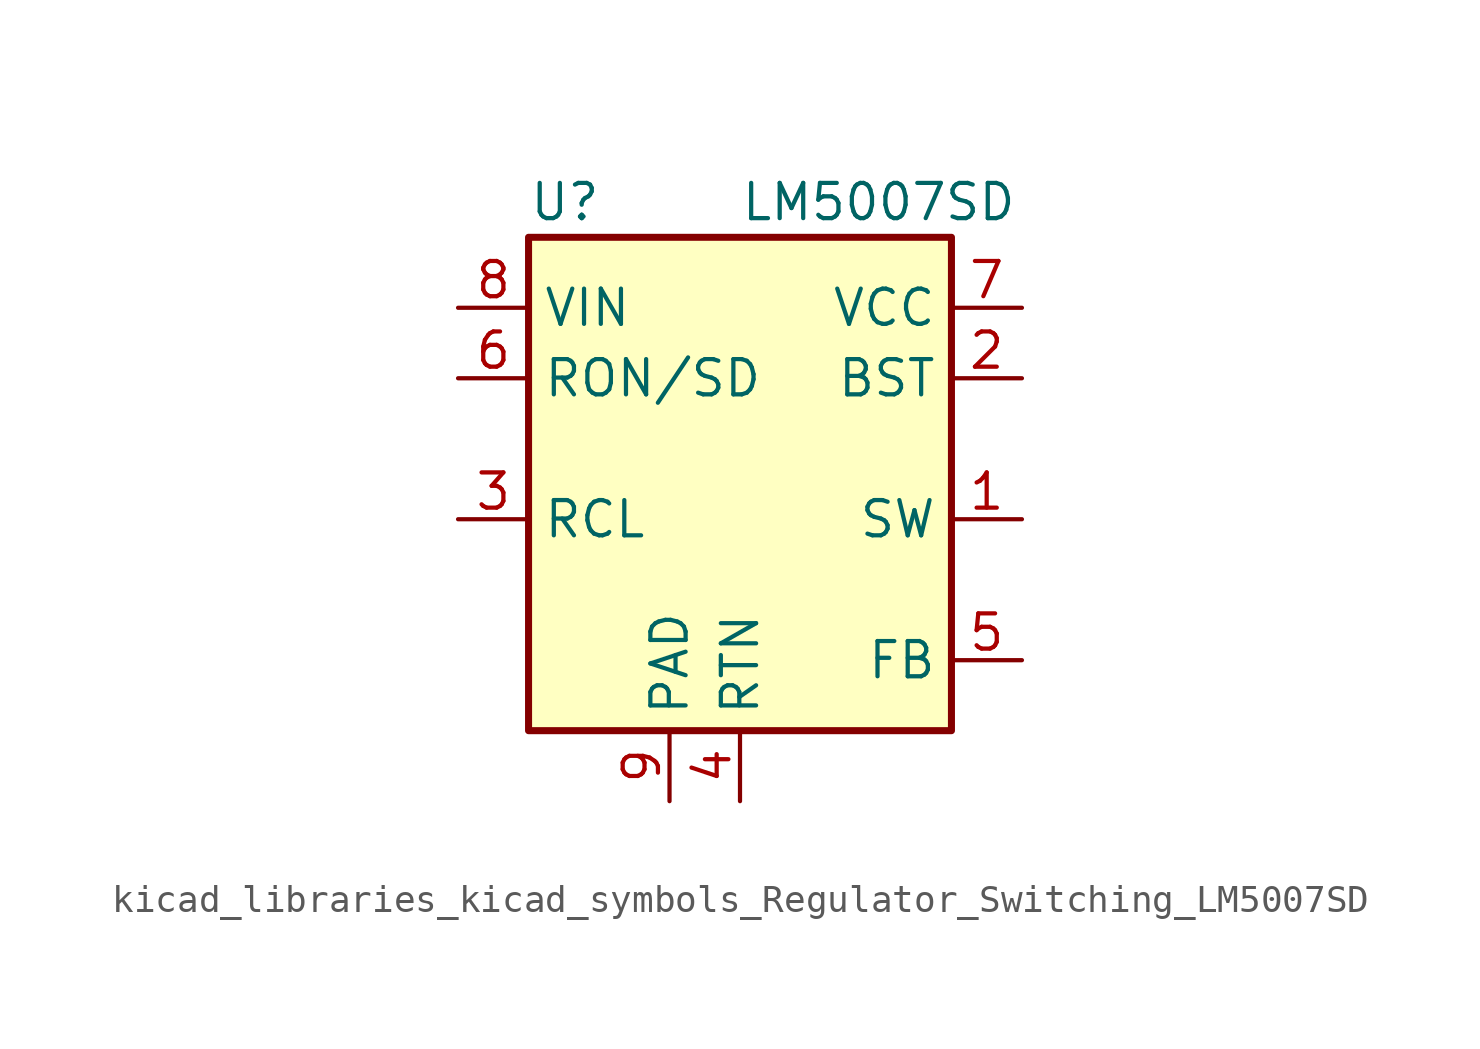
<source format=kicad_sym>
(kicad_symbol_lib
  (version 20220914)
  (generator kicad_symbol_editor)
  (symbol "kicad_libraries_kicad_symbols_Regulator_Switching_LM5007SD"
    (property "Reference" "U"
      (at -7.62 8.89 0)
      (effects (font (size 1.27 1.27)) (justify left)))
    (property "Value" "LM5007SD"
      (at 0 8.89 0)
      (effects (font (size 1.27 1.27)) (justify left)))
    (symbol "kicad_libraries_kicad_symbols_Regulator_Switching_LM5007SD_0_1"
      (rectangle (start -7.62 7.62) (end 7.62 -10.16) (stroke (width 0.254) (type default)) (fill (type background))))
    (symbol "kicad_libraries_kicad_symbols_Regulator_Switching_LM5007SD_1_1"
      (pin output line (at 10.16 -2.54 180) (length 2.54) (name "SW" (effects (font (size 1.27 1.27)))) (number "1" (effects (font (size 1.27 1.27)))))
      (pin input line (at 10.16 2.54 180) (length 2.54) (name "BST" (effects (font (size 1.27 1.27)))) (number "2" (effects (font (size 1.27 1.27)))))
      (pin input line (at -10.16 -2.54 0) (length 2.54) (name "RCL" (effects (font (size 1.27 1.27)))) (number "3" (effects (font (size 1.27 1.27)))))
      (pin power_in line (at 0 -12.7 90) (length 2.54) (name "RTN" (effects (font (size 1.27 1.27)))) (number "4" (effects (font (size 1.27 1.27)))))
      (pin input line (at 10.16 -7.62 180) (length 2.54) (name "FB" (effects (font (size 1.27 1.27)))) (number "5" (effects (font (size 1.27 1.27)))))
      (pin input line (at -10.16 2.54 0) (length 2.54) (name "RON/SD" (effects (font (size 1.27 1.27)))) (number "6" (effects (font (size 1.27 1.27)))))
      (pin output line (at 10.16 5.08 180) (length 2.54) (name "VCC" (effects (font (size 1.27 1.27)))) (number "7" (effects (font (size 1.27 1.27)))))
      (pin power_in line (at -10.16 5.08 0) (length 2.54) (name "VIN" (effects (font (size 1.27 1.27)))) (number "8" (effects (font (size 1.27 1.27)))))
      (pin passive line (at -2.54 -12.7 90) (length 2.54) (name "PAD" (effects (font (size 1.27 1.27)))) (number "9" (effects (font (size 1.27 1.27))))))))
</source>
